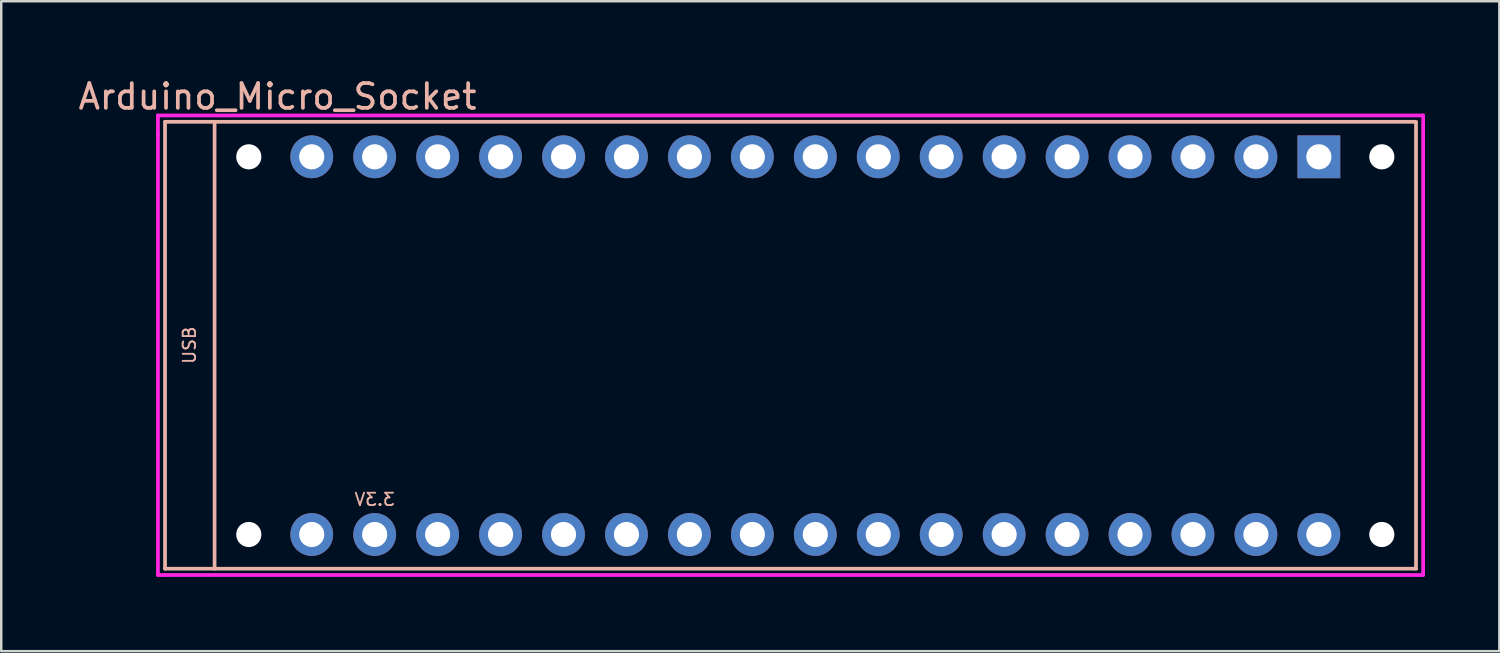
<source format=kicad_pcb>
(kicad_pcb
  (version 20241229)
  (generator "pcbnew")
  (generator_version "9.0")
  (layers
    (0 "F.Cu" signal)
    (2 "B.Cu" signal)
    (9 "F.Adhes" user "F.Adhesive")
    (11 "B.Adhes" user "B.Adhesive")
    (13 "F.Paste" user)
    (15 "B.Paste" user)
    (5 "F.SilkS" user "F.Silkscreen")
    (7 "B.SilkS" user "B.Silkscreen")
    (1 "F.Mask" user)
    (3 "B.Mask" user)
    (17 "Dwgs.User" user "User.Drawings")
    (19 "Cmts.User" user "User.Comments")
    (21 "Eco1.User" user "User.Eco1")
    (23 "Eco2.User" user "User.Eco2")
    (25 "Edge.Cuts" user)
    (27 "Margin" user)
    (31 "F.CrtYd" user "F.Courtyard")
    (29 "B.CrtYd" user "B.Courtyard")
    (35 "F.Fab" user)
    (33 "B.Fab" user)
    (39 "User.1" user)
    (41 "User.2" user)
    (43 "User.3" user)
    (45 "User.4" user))
  (footprint "Arduino_Micro_Socket"
    (layer "F.Cu")
    (at 5.609 19.898)
    (property "Reference" "Arduino_Micro_Socket" (at 2.54 -19.05 0) (layer "B.SilkS") (effects (font (size 1 1) (thickness 0.15))))
    (attr through_hole)
    (fp_line (start -2 -18.034) (end -2 0) (stroke (width 0.15) (type solid)) (layer "B.SilkS"))
    (fp_line (start -2 -18.034) (end 48.48 -18.034) (stroke (width 0.15) (type solid)) (layer "B.SilkS"))
    (fp_line (start -2 0) (end 48.48 0) (stroke (width 0.15) (type solid)) (layer "B.SilkS"))
    (fp_line (start 0 -18) (end 0 0) (stroke (width 0.15) (type solid)) (layer "B.SilkS"))
    (fp_line (start 48.48 -18) (end 48.48 0) (stroke (width 0.15) (type solid)) (layer "B.SilkS"))
    (fp_line (start -2.286 -18.288) (end 48.768 -18.288) (stroke (width 0.15) (type solid)) (layer "F.CrtYd"))
    (fp_line (start -2.286 -17.526) (end -2.286 -18.288) (stroke (width 0.15) (type solid)) (layer "F.CrtYd"))
    (fp_line (start -2.286 0.254) (end -2.286 -17.526) (stroke (width 0.15) (type solid)) (layer "F.CrtYd"))
    (fp_line (start -2.032 0.254) (end -2.286 0.254) (stroke (width 0.15) (type solid)) (layer "F.CrtYd"))
    (fp_line (start 48.768 -18.288) (end 48.768 0.254) (stroke (width 0.15) (type solid)) (layer "F.CrtYd"))
    (fp_line (start 48.768 0.254) (end -2.032 0.254) (stroke (width 0.15) (type solid)) (layer "F.CrtYd"))
    (fp_text user "USB" (at -1.016 -9.017 90) (layer "B.SilkS") (effects (font (size 0.5 0.5) (thickness 0.075))))
    (fp_text user "3.3V" (at 6.46 -2.794 0) (layer "B.SilkS") (effects (font (size 0.5 0.5) (thickness 0.075)) (justify mirror)))
    (pad "" np_thru_hole circle (at 1.38 -16.62) (size 1.016 1.016) (drill 1.016) (layers "*.Cu" "*.Mask"))
    (pad "" np_thru_hole circle (at 1.38 -1.38) (size 1.016 1.016) (drill 1.016) (layers "*.Cu" "*.Mask"))
    (pad "" thru_hole oval (at 26.78 -1.38) (size 1.727 1.727) (drill 1.016) (layers "*.Cu" "*.Mask"))
    (pad "" thru_hole oval (at 29.32 -1.38) (size 1.727 1.727) (drill 1.016) (layers "*.Cu" "*.Mask"))
    (pad "" np_thru_hole circle (at 47.1 -16.62) (size 1.016 1.016) (drill 1.016) (layers "*.Cu" "*.Mask"))
    (pad "" np_thru_hole circle (at 47.1 -1.38) (size 1.016 1.016) (drill 1.016) (layers "*.Cu" "*.Mask"))
    (pad "3V3" thru_hole oval (at 6.46 -1.38) (size 1.727 1.727) (drill 1.016) (layers "*.Cu" "*.Mask"))
    (pad "5V" thru_hole oval (at 31.86 -1.38) (size 1.727 1.727) (drill 1.016) (layers "*.Cu" "*.Mask"))
    (pad "A0" thru_hole oval (at 11.54 -1.38) (size 1.727 1.727) (drill 1.016) (layers "*.Cu" "*.Mask"))
    (pad "A1" thru_hole oval (at 14.08 -1.38) (size 1.727 1.727) (drill 1.016) (layers "*.Cu" "*.Mask"))
    (pad "A2" thru_hole oval (at 16.62 -1.38) (size 1.727 1.727) (drill 1.016) (layers "*.Cu" "*.Mask"))
    (pad "A3" thru_hole oval (at 19.16 -1.38) (size 1.727 1.727) (drill 1.016) (layers "*.Cu" "*.Mask"))
    (pad "A4" thru_hole oval (at 21.7 -1.38) (size 1.727 1.727) (drill 1.016) (layers "*.Cu" "*.Mask"))
    (pad "A5" thru_hole oval (at 24.24 -1.38) (size 1.727 1.727) (drill 1.016) (layers "*.Cu" "*.Mask"))
    (pad "AREF" thru_hole oval (at 9 -1.38) (size 1.727 1.727) (drill 1.016) (layers "*.Cu" "*.Mask"))
    (pad "D0" thru_hole oval (at 36.94 -16.62) (size 1.727 1.727) (drill 1.016) (layers "*.Cu" "*.Mask"))
    (pad "D1" thru_hole oval (at 39.48 -16.62) (size 1.727 1.727) (drill 1.016) (layers "*.Cu" "*.Mask"))
    (pad "D2" thru_hole oval (at 29.32 -16.62) (size 1.727 1.727) (drill 1.016) (layers "*.Cu" "*.Mask"))
    (pad "D3" thru_hole oval (at 26.78 -16.62) (size 1.727 1.727) (drill 1.016) (layers "*.Cu" "*.Mask"))
    (pad "D4" thru_hole oval (at 24.24 -16.62) (size 1.727 1.727) (drill 1.016) (layers "*.Cu" "*.Mask"))
    (pad "D5" thru_hole oval (at 21.7 -16.62) (size 1.727 1.727) (drill 1.016) (layers "*.Cu" "*.Mask"))
    (pad "D6" thru_hole oval (at 19.16 -16.62) (size 1.727 1.727) (drill 1.016) (layers "*.Cu" "*.Mask"))
    (pad "D7" thru_hole oval (at 16.62 -16.62) (size 1.727 1.727) (drill 1.016) (layers "*.Cu" "*.Mask"))
    (pad "D8" thru_hole oval (at 14.08 -16.62) (size 1.727 1.727) (drill 1.016) (layers "*.Cu" "*.Mask"))
    (pad "D9" thru_hole oval (at 11.54 -16.62) (size 1.727 1.727) (drill 1.016) (layers "*.Cu" "*.Mask"))
    (pad "D10" thru_hole oval (at 9 -16.62) (size 1.727 1.727) (drill 1.016) (layers "*.Cu" "*.Mask"))
    (pad "D11" thru_hole oval (at 6.46 -16.62) (size 1.727 1.727) (drill 1.016) (layers "*.Cu" "*.Mask"))
    (pad "D12" thru_hole oval (at 3.92 -16.62) (size 1.727 1.727) (drill 1.016) (layers "*.Cu" "*.Mask"))
    (pad "D13" thru_hole oval (at 3.92 -1.38) (size 1.727 1.727) (drill 1.016) (layers "*.Cu" "*.Mask"))
    (pad "GND1" thru_hole oval (at 36.94 -1.38) (size 1.727 1.727) (drill 1.016) (layers "*.Cu" "*.Mask"))
    (pad "GND2" thru_hole oval (at 31.86 -16.62) (size 1.727 1.727) (drill 1.016) (layers "*.Cu" "*.Mask"))
    (pad "MISO" thru_hole oval (at 42.02 -1.38) (size 1.727 1.727) (drill 1.016) (layers "*.Cu" "*.Mask"))
    (pad "MOSI" thru_hole rect (at 44.56 -16.62) (size 1.727 1.727) (drill 1.016) (layers "*.Cu" "*.Mask"))
    (pad "RST1" thru_hole oval (at 34.4 -1.38) (size 1.727 1.727) (drill 1.016) (layers "*.Cu" "*.Mask"))
    (pad "RST2" thru_hole oval (at 34.4 -16.62) (size 1.727 1.727) (drill 1.016) (layers "*.Cu" "*.Mask"))
    (pad "SCK" thru_hole oval (at 44.56 -1.38) (size 1.727 1.727) (drill 1.016) (layers "*.Cu" "*.Mask"))
    (pad "SS" thru_hole oval (at 42.02 -16.62) (size 1.727 1.727) (drill 1.016) (layers "*.Cu" "*.Mask"))
    (pad "VIN" thru_hole oval (at 39.48 -1.38) (size 1.727 1.727) (drill 1.016) (layers "*.Cu" "*.Mask")))
  (gr_rect
    (start -3 -3)
    (end 57.452 23.227)
    (stroke (width 0.1) (type default))
    (fill no)
    (layer "Edge.Cuts")))
</source>
